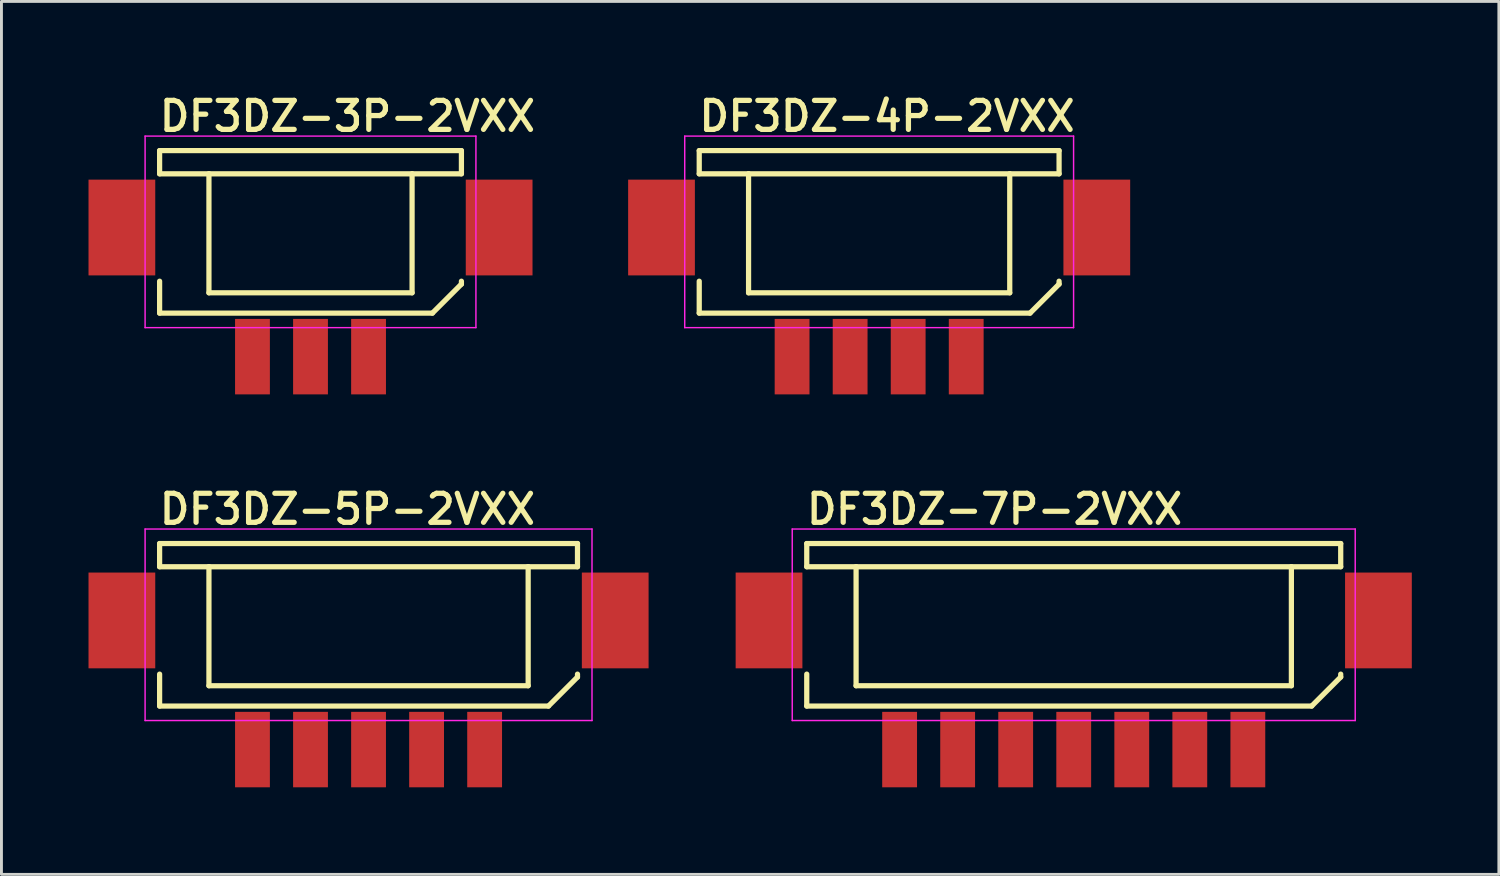
<source format=kicad_pcb>
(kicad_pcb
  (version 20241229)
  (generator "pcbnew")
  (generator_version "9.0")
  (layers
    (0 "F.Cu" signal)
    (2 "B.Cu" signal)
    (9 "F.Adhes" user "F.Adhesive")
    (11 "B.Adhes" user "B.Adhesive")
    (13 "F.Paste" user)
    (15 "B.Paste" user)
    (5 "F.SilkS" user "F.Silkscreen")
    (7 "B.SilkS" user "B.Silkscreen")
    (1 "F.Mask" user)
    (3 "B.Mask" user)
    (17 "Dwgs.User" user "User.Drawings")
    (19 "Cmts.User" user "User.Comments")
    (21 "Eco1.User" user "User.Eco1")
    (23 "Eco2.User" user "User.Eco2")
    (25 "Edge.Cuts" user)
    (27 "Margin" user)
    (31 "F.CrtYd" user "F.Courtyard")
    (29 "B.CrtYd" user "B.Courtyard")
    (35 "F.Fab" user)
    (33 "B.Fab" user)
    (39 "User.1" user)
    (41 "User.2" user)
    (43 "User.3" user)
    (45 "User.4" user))
  (footprint "DF3DZ-5P-2VXX"
    (layer "F.Cu")
    (at 9.65 22.78)
    (property "Reference" "DF3DZ-5P-2VXX" (at -7.3 -7.7 0) (layer "F.SilkS") (effects (font (size 1 1) (thickness 0.18)) (justify left bottom)))
    (attr through_hole)
    (fp_line (start -7.2 -7.1) (end -7.2 -6.3) (stroke (width 0.18) (type solid)) (layer "F.SilkS"))
    (fp_line (start -7.2 -7.1) (end 7.2 -7.1) (stroke (width 0.18) (type solid)) (layer "F.SilkS"))
    (fp_line (start -7.2 -1.5) (end -7.2 -2.6) (stroke (width 0.18) (type solid)) (layer "F.SilkS"))
    (fp_line (start -7.2 -1.5) (end 6.2 -1.5) (stroke (width 0.18) (type solid)) (layer "F.SilkS"))
    (fp_line (start -5.5 -6.3) (end -7.2 -6.3) (stroke (width 0.18) (type solid)) (layer "F.SilkS"))
    (fp_line (start -5.5 -6.3) (end -5.5 -2.2) (stroke (width 0.18) (type solid)) (layer "F.SilkS"))
    (fp_line (start -5.5 -6.3) (end 5.5 -6.3) (stroke (width 0.18) (type solid)) (layer "F.SilkS"))
    (fp_line (start -5.5 -2.2) (end 5.5 -2.2) (stroke (width 0.18) (type solid)) (layer "F.SilkS"))
    (fp_line (start 5.5 -6.3) (end 7.2 -6.3) (stroke (width 0.18) (type solid)) (layer "F.SilkS"))
    (fp_line (start 5.5 -2.2) (end 5.5 -6.3) (stroke (width 0.18) (type solid)) (layer "F.SilkS"))
    (fp_line (start 6.2 -1.5) (end 7.2 -2.5) (stroke (width 0.18) (type solid)) (layer "F.SilkS"))
    (fp_line (start 7.2 -7.1) (end 7.2 -6.3) (stroke (width 0.18) (type solid)) (layer "F.SilkS"))
    (fp_line (start 7.2 -2.5) (end 7.2 -2.6) (stroke (width 0.18) (type solid)) (layer "F.SilkS"))
    (fp_line (start -7.7 -7.6) (end 7.7 -7.6) (stroke (width 0.05) (type solid)) (layer "F.CrtYd"))
    (fp_line (start -7.7 -1) (end -7.7 -7.6) (stroke (width 0.05) (type solid)) (layer "F.CrtYd"))
    (fp_line (start 7.7 -7.6) (end 7.7 -1) (stroke (width 0.05) (type solid)) (layer "F.CrtYd"))
    (fp_line (start 7.7 -1) (end -7.7 -1) (stroke (width 0.05) (type solid)) (layer "F.CrtYd"))
    (pad "1" smd rect (at 4 0) (size 1.2 2.6) (layers "F.Cu" "F.Mask" "F.Paste"))
    (pad "2" smd rect (at 2 0) (size 1.2 2.6) (layers "F.Cu" "F.Mask" "F.Paste"))
    (pad "3" smd rect (at 0 0) (size 1.2 2.6) (layers "F.Cu" "F.Mask" "F.Paste"))
    (pad "4" smd rect (at -2 0) (size 1.2 2.6) (layers "F.Cu" "F.Mask" "F.Paste"))
    (pad "5" smd rect (at -4 0) (size 1.2 2.6) (layers "F.Cu" "F.Mask" "F.Paste"))
    (pad "TAB" smd rect (at -8.5 -4.45) (size 2.3 3.3) (layers "F.Cu" "F.Mask" "F.Paste"))
    (pad "TAB" smd rect (at 8.5 -4.45) (size 2.3 3.3) (layers "F.Cu" "F.Mask" "F.Paste")))
  (footprint "DF3DZ-7P-2VXX"
    (layer "F.Cu")
    (at 33.95 22.78)
    (property "Reference" "DF3DZ-7P-2VXX" (at -9.3 -7.7 0) (layer "F.SilkS") (effects (font (size 1 1) (thickness 0.18)) (justify left bottom)))
    (attr through_hole)
    (fp_line (start -9.2 -7.1) (end -9.2 -6.3) (stroke (width 0.18) (type solid)) (layer "F.SilkS"))
    (fp_line (start -9.2 -7.1) (end 9.2 -7.1) (stroke (width 0.18) (type solid)) (layer "F.SilkS"))
    (fp_line (start -9.2 -1.5) (end -9.2 -2.6) (stroke (width 0.18) (type solid)) (layer "F.SilkS"))
    (fp_line (start -9.2 -1.5) (end 8.2 -1.5) (stroke (width 0.18) (type solid)) (layer "F.SilkS"))
    (fp_line (start -7.5 -6.3) (end -9.2 -6.3) (stroke (width 0.18) (type solid)) (layer "F.SilkS"))
    (fp_line (start -7.5 -6.3) (end -7.5 -2.2) (stroke (width 0.18) (type solid)) (layer "F.SilkS"))
    (fp_line (start -7.5 -6.3) (end 7.5 -6.3) (stroke (width 0.18) (type solid)) (layer "F.SilkS"))
    (fp_line (start -7.5 -2.2) (end 7.5 -2.2) (stroke (width 0.18) (type solid)) (layer "F.SilkS"))
    (fp_line (start 7.5 -6.3) (end 9.2 -6.3) (stroke (width 0.18) (type solid)) (layer "F.SilkS"))
    (fp_line (start 7.5 -2.2) (end 7.5 -6.3) (stroke (width 0.18) (type solid)) (layer "F.SilkS"))
    (fp_line (start 8.2 -1.5) (end 9.2 -2.5) (stroke (width 0.18) (type solid)) (layer "F.SilkS"))
    (fp_line (start 9.2 -7.1) (end 9.2 -6.3) (stroke (width 0.18) (type solid)) (layer "F.SilkS"))
    (fp_line (start 9.2 -2.5) (end 9.2 -2.6) (stroke (width 0.18) (type solid)) (layer "F.SilkS"))
    (fp_line (start -9.7 -7.6) (end 9.7 -7.6) (stroke (width 0.05) (type solid)) (layer "F.CrtYd"))
    (fp_line (start -9.7 -1) (end -9.7 -7.6) (stroke (width 0.05) (type solid)) (layer "F.CrtYd"))
    (fp_line (start 9.7 -7.6) (end 9.7 -1) (stroke (width 0.05) (type solid)) (layer "F.CrtYd"))
    (fp_line (start 9.7 -1) (end -9.7 -1) (stroke (width 0.05) (type solid)) (layer "F.CrtYd"))
    (pad "1" smd rect (at 6 0) (size 1.2 2.6) (layers "F.Cu" "F.Mask" "F.Paste"))
    (pad "2" smd rect (at 4 0) (size 1.2 2.6) (layers "F.Cu" "F.Mask" "F.Paste"))
    (pad "3" smd rect (at 2 0) (size 1.2 2.6) (layers "F.Cu" "F.Mask" "F.Paste"))
    (pad "4" smd rect (at 0 0) (size 1.2 2.6) (layers "F.Cu" "F.Mask" "F.Paste"))
    (pad "5" smd rect (at -2 0) (size 1.2 2.6) (layers "F.Cu" "F.Mask" "F.Paste"))
    (pad "6" smd rect (at -4 0) (size 1.2 2.6) (layers "F.Cu" "F.Mask" "F.Paste"))
    (pad "7" smd rect (at -6 0) (size 1.2 2.6) (layers "F.Cu" "F.Mask" "F.Paste"))
    (pad "TAB" smd rect (at -10.5 -4.45) (size 2.3 3.3) (layers "F.Cu" "F.Mask" "F.Paste"))
    (pad "TAB" smd rect (at 10.5 -4.45) (size 2.3 3.3) (layers "F.Cu" "F.Mask" "F.Paste")))
  (footprint "DF3DZ-4P-2VXX"
    (layer "F.Cu")
    (at 27.245 9.24)
    (property "Reference" "DF3DZ-4P-2VXX" (at -6.3 -7.7 0) (layer "F.SilkS") (effects (font (size 1 1) (thickness 0.18)) (justify left bottom)))
    (attr through_hole)
    (fp_line (start -6.2 -7.1) (end -6.2 -6.3) (stroke (width 0.18) (type solid)) (layer "F.SilkS"))
    (fp_line (start -6.2 -7.1) (end 6.2 -7.1) (stroke (width 0.18) (type solid)) (layer "F.SilkS"))
    (fp_line (start -6.2 -1.5) (end -6.2 -2.6) (stroke (width 0.18) (type solid)) (layer "F.SilkS"))
    (fp_line (start -6.2 -1.5) (end 5.2 -1.5) (stroke (width 0.18) (type solid)) (layer "F.SilkS"))
    (fp_line (start -4.5 -6.3) (end -6.2 -6.3) (stroke (width 0.18) (type solid)) (layer "F.SilkS"))
    (fp_line (start -4.5 -6.3) (end -4.5 -2.2) (stroke (width 0.18) (type solid)) (layer "F.SilkS"))
    (fp_line (start -4.5 -6.3) (end 4.5 -6.3) (stroke (width 0.18) (type solid)) (layer "F.SilkS"))
    (fp_line (start -4.5 -2.2) (end 4.5 -2.2) (stroke (width 0.18) (type solid)) (layer "F.SilkS"))
    (fp_line (start 4.5 -6.3) (end 6.2 -6.3) (stroke (width 0.18) (type solid)) (layer "F.SilkS"))
    (fp_line (start 4.5 -2.2) (end 4.5 -6.3) (stroke (width 0.18) (type solid)) (layer "F.SilkS"))
    (fp_line (start 5.2 -1.5) (end 6.2 -2.5) (stroke (width 0.18) (type solid)) (layer "F.SilkS"))
    (fp_line (start 6.2 -7.1) (end 6.2 -6.3) (stroke (width 0.18) (type solid)) (layer "F.SilkS"))
    (fp_line (start 6.2 -2.5) (end 6.2 -2.6) (stroke (width 0.18) (type solid)) (layer "F.SilkS"))
    (fp_line (start -6.7 -7.6) (end 6.7 -7.6) (stroke (width 0.05) (type solid)) (layer "F.CrtYd"))
    (fp_line (start -6.7 -1) (end -6.7 -7.6) (stroke (width 0.05) (type solid)) (layer "F.CrtYd"))
    (fp_line (start 6.7 -7.6) (end 6.7 -1) (stroke (width 0.05) (type solid)) (layer "F.CrtYd"))
    (fp_line (start 6.7 -1) (end -6.7 -1) (stroke (width 0.05) (type solid)) (layer "F.CrtYd"))
    (pad "1" smd rect (at 3 0) (size 1.2 2.6) (layers "F.Cu" "F.Mask" "F.Paste"))
    (pad "2" smd rect (at 1 0) (size 1.2 2.6) (layers "F.Cu" "F.Mask" "F.Paste"))
    (pad "3" smd rect (at -1 0) (size 1.2 2.6) (layers "F.Cu" "F.Mask" "F.Paste"))
    (pad "4" smd rect (at -3 0) (size 1.2 2.6) (layers "F.Cu" "F.Mask" "F.Paste"))
    (pad "TAB" smd rect (at -7.5 -4.45) (size 2.3 3.3) (layers "F.Cu" "F.Mask" "F.Paste"))
    (pad "TAB" smd rect (at 7.5 -4.45) (size 2.3 3.3) (layers "F.Cu" "F.Mask" "F.Paste")))
  (footprint "DF3DZ-3P-2VXX"
    (layer "F.Cu")
    (at 7.65 9.24)
    (property "Reference" "DF3DZ-3P-2VXX" (at -5.3 -7.7 0) (layer "F.SilkS") (effects (font (size 1 1) (thickness 0.18)) (justify left bottom)))
    (attr through_hole)
    (fp_line (start -5.2 -7.1) (end -5.2 -6.3) (stroke (width 0.18) (type solid)) (layer "F.SilkS"))
    (fp_line (start -5.2 -7.1) (end 5.2 -7.1) (stroke (width 0.18) (type solid)) (layer "F.SilkS"))
    (fp_line (start -5.2 -1.5) (end -5.2 -2.6) (stroke (width 0.18) (type solid)) (layer "F.SilkS"))
    (fp_line (start -5.2 -1.5) (end 4.2 -1.5) (stroke (width 0.18) (type solid)) (layer "F.SilkS"))
    (fp_line (start -3.5 -6.3) (end -5.2 -6.3) (stroke (width 0.18) (type solid)) (layer "F.SilkS"))
    (fp_line (start -3.5 -6.3) (end -3.5 -2.2) (stroke (width 0.18) (type solid)) (layer "F.SilkS"))
    (fp_line (start -3.5 -6.3) (end 3.5 -6.3) (stroke (width 0.18) (type solid)) (layer "F.SilkS"))
    (fp_line (start -3.5 -2.2) (end 3.5 -2.2) (stroke (width 0.18) (type solid)) (layer "F.SilkS"))
    (fp_line (start 3.5 -6.3) (end 5.2 -6.3) (stroke (width 0.18) (type solid)) (layer "F.SilkS"))
    (fp_line (start 3.5 -2.2) (end 3.5 -6.3) (stroke (width 0.18) (type solid)) (layer "F.SilkS"))
    (fp_line (start 4.2 -1.5) (end 5.2 -2.5) (stroke (width 0.18) (type solid)) (layer "F.SilkS"))
    (fp_line (start 5.2 -7.1) (end 5.2 -6.3) (stroke (width 0.18) (type solid)) (layer "F.SilkS"))
    (fp_line (start 5.2 -2.5) (end 5.2 -2.6) (stroke (width 0.18) (type solid)) (layer "F.SilkS"))
    (fp_line (start -5.7 -7.6) (end 5.7 -7.6) (stroke (width 0.05) (type solid)) (layer "F.CrtYd"))
    (fp_line (start -5.7 -1) (end -5.7 -7.6) (stroke (width 0.05) (type solid)) (layer "F.CrtYd"))
    (fp_line (start 5.7 -7.6) (end 5.7 -1) (stroke (width 0.05) (type solid)) (layer "F.CrtYd"))
    (fp_line (start 5.7 -1) (end -5.7 -1) (stroke (width 0.05) (type solid)) (layer "F.CrtYd"))
    (pad "1" smd rect (at 2 0) (size 1.2 2.6) (layers "F.Cu" "F.Mask" "F.Paste"))
    (pad "2" smd rect (at 0 0) (size 1.2 2.6) (layers "F.Cu" "F.Mask" "F.Paste"))
    (pad "3" smd rect (at -2 0) (size 1.2 2.6) (layers "F.Cu" "F.Mask" "F.Paste"))
    (pad "TAB" smd rect (at -6.5 -4.45) (size 2.3 3.3) (layers "F.Cu" "F.Mask" "F.Paste"))
    (pad "TAB" smd rect (at 6.5 -4.45) (size 2.3 3.3) (layers "F.Cu" "F.Mask" "F.Paste")))
  (gr_rect
    (start -3 -3)
    (end 48.6 27.08)
    (stroke (width 0.1) (type default))
    (fill no)
    (layer "Edge.Cuts")))
</source>
